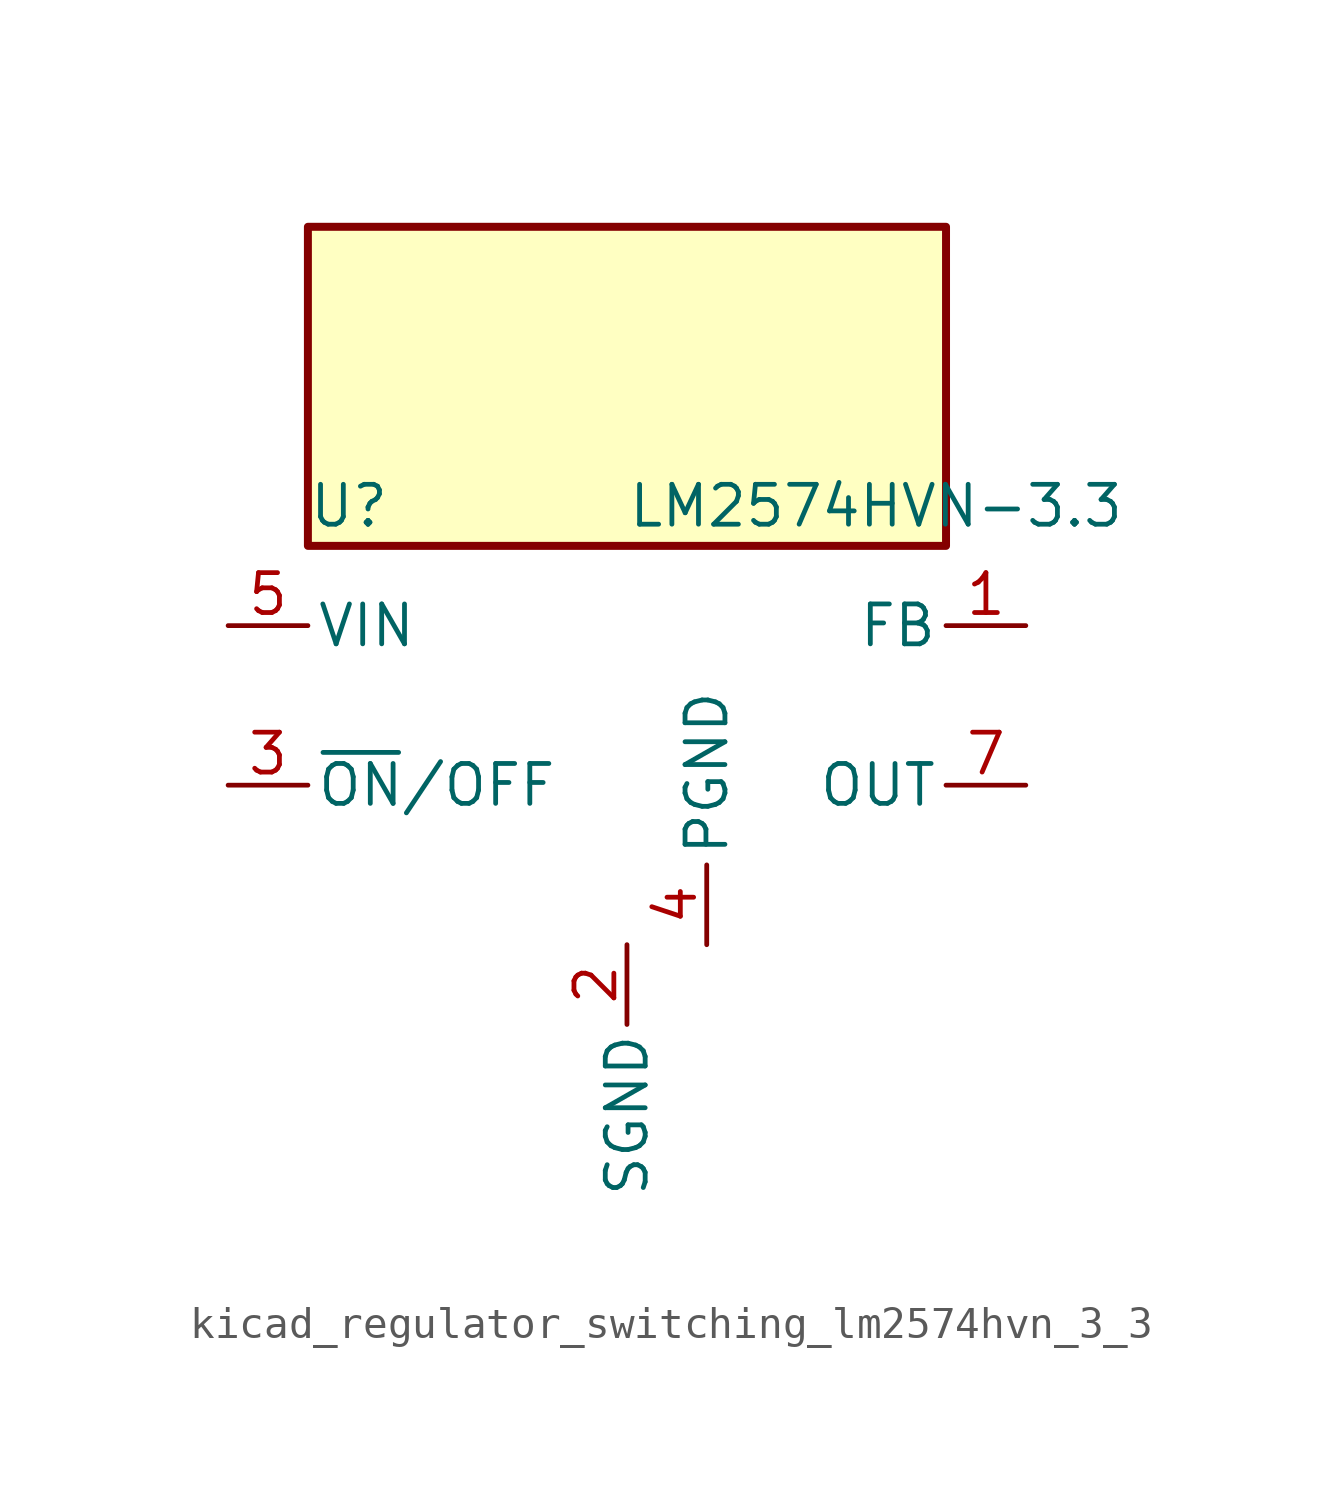
<source format=kicad_sym>
(kicad_symbol_lib
  (version 20220914)
  (generator kicad_symbol_editor)
  (symbol "kicad_regulator_switching_lm2574hvn_3_3"
    (pin_names
      (offset 0.254))
    (property "Reference" "U"
      (at -10.16 6.35 0)
      (effects (font (size 1.27 1.27)) (justify left)))
    (property "Value" "LM2574HVN-3.3"
      (at 0 6.35 0)
      (effects (font (size 1.27 1.27)) (justify left)))
    (symbol "kicad_regulator_switching_lm2574hvn_3_3_0_1"
      (rectangle (start 10.16 15.24) (end -10.16 5.08) (stroke (width 0.254) (type default)) (fill (type background))))
    (symbol "kicad_regulator_switching_lm2574hvn_3_3_1_1"
      (pin input line (at 12.7 2.54 180) (length 2.54) (name "FB" (effects (font (size 1.27 1.27)))) (number "1" (effects (font (size 1.27 1.27)))))
      (pin power_in line (at 0 -7.62 270) (length 2.54) (name "SGND" (effects (font (size 1.27 1.27)))) (number "2" (effects (font (size 1.27 1.27)))))
      (pin input line (at -12.7 -2.54 0) (length 2.54) (name "~{ON}/OFF" (effects (font (size 1.27 1.27)))) (number "3" (effects (font (size 1.27 1.27)))))
      (pin power_in line (at 2.54 -7.62 90) (length 2.54) (name "PGND" (effects (font (size 1.27 1.27)))) (number "4" (effects (font (size 1.27 1.27)))))
      (pin power_in line (at -12.7 2.54 0) (length 2.54) (name "VIN" (effects (font (size 1.27 1.27)))) (number "5" (effects (font (size 1.27 1.27)))))
      (pin no_connect line (at -10.16 0 0) (length 2.54) hide (name "NC" (effects (font (size 1.27 1.27)))) (number "6" (effects (font (size 1.27 1.27)))))
      (pin output line (at 12.7 -2.54 180) (length 2.54) (name "OUT" (effects (font (size 1.27 1.27)))) (number "7" (effects (font (size 1.27 1.27)))))
      (pin no_connect line (at 10.16 0 180) (length 2.54) hide (name "NC" (effects (font (size 1.27 1.27)))) (number "8" (effects (font (size 1.27 1.27))))))))
</source>
